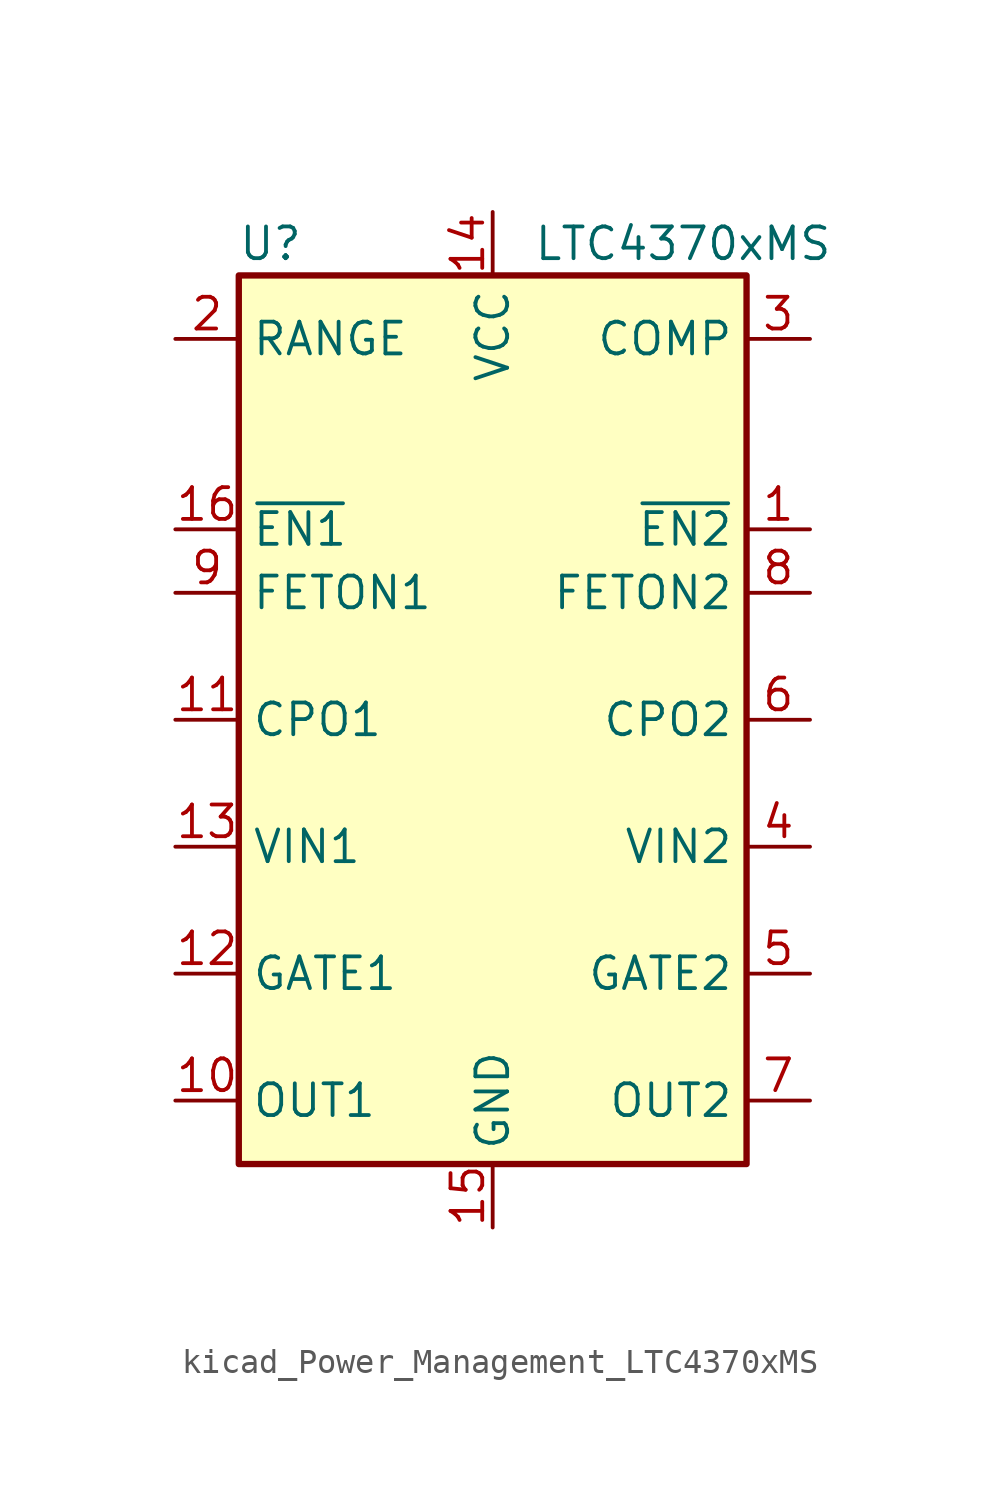
<source format=kicad_sym>
(kicad_symbol_lib
  (version 20220914)
  (generator kicad_symbol_editor)
  (symbol "kicad_Power_Management_LTC4370xMS"
    (property "Reference" "U"
      (at -8.89 19.05 0)
      (effects (font (size 1.27 1.27))))
    (property "Value" "LTC4370xMS"
      (at 7.62 19.05 0)
      (effects (font (size 1.27 1.27))))
    (symbol "kicad_Power_Management_LTC4370xMS_1_1"
      (rectangle (start -10.16 17.78) (end 10.16 -17.78) (stroke (width 0.254) (type default)) (fill (type background)))
      (pin input line (at 12.7 7.62 180) (length 2.54) (name "~{EN2}" (effects (font (size 1.27 1.27)))) (number "1" (effects (font (size 1.27 1.27)))))
      (pin input line (at -12.7 -15.24 0) (length 2.54) (name "OUT1" (effects (font (size 1.27 1.27)))) (number "10" (effects (font (size 1.27 1.27)))))
      (pin passive line (at -12.7 0 0) (length 2.54) (name "CPO1" (effects (font (size 1.27 1.27)))) (number "11" (effects (font (size 1.27 1.27)))))
      (pin output line (at -12.7 -10.16 0) (length 2.54) (name "GATE1" (effects (font (size 1.27 1.27)))) (number "12" (effects (font (size 1.27 1.27)))))
      (pin power_in line (at -12.7 -5.08 0) (length 2.54) (name "VIN1" (effects (font (size 1.27 1.27)))) (number "13" (effects (font (size 1.27 1.27)))))
      (pin power_in line (at 0 20.32 270) (length 2.54) (name "VCC" (effects (font (size 1.27 1.27)))) (number "14" (effects (font (size 1.27 1.27)))))
      (pin power_in line (at 0 -20.32 90) (length 2.54) (name "GND" (effects (font (size 1.27 1.27)))) (number "15" (effects (font (size 1.27 1.27)))))
      (pin input line (at -12.7 7.62 0) (length 2.54) (name "~{EN1}" (effects (font (size 1.27 1.27)))) (number "16" (effects (font (size 1.27 1.27)))))
      (pin passive line (at -12.7 15.24 0) (length 2.54) (name "RANGE" (effects (font (size 1.27 1.27)))) (number "2" (effects (font (size 1.27 1.27)))))
      (pin passive line (at 12.7 15.24 180) (length 2.54) (name "COMP" (effects (font (size 1.27 1.27)))) (number "3" (effects (font (size 1.27 1.27)))))
      (pin power_in line (at 12.7 -5.08 180) (length 2.54) (name "VIN2" (effects (font (size 1.27 1.27)))) (number "4" (effects (font (size 1.27 1.27)))))
      (pin output line (at 12.7 -10.16 180) (length 2.54) (name "GATE2" (effects (font (size 1.27 1.27)))) (number "5" (effects (font (size 1.27 1.27)))))
      (pin passive line (at 12.7 0 180) (length 2.54) (name "CPO2" (effects (font (size 1.27 1.27)))) (number "6" (effects (font (size 1.27 1.27)))))
      (pin input line (at 12.7 -15.24 180) (length 2.54) (name "OUT2" (effects (font (size 1.27 1.27)))) (number "7" (effects (font (size 1.27 1.27)))))
      (pin open_collector line (at 12.7 5.08 180) (length 2.54) (name "FETON2" (effects (font (size 1.27 1.27)))) (number "8" (effects (font (size 1.27 1.27)))))
      (pin open_collector line (at -12.7 5.08 0) (length 2.54) (name "FETON1" (effects (font (size 1.27 1.27)))) (number "9" (effects (font (size 1.27 1.27))))))))
</source>
